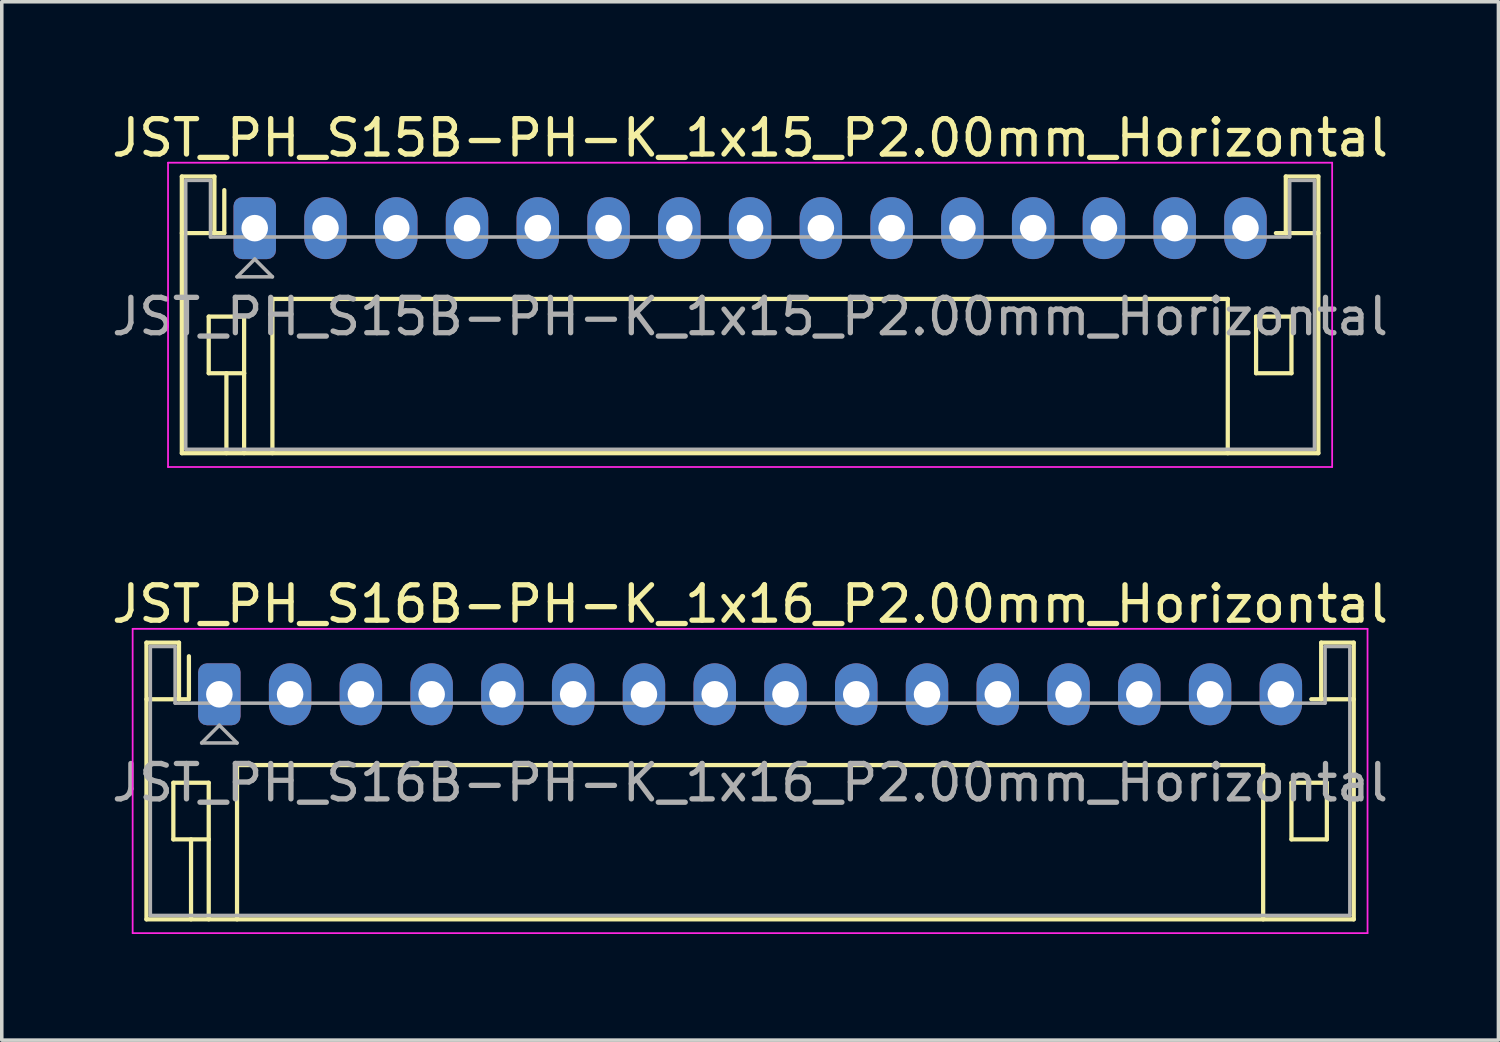
<source format=kicad_pcb>
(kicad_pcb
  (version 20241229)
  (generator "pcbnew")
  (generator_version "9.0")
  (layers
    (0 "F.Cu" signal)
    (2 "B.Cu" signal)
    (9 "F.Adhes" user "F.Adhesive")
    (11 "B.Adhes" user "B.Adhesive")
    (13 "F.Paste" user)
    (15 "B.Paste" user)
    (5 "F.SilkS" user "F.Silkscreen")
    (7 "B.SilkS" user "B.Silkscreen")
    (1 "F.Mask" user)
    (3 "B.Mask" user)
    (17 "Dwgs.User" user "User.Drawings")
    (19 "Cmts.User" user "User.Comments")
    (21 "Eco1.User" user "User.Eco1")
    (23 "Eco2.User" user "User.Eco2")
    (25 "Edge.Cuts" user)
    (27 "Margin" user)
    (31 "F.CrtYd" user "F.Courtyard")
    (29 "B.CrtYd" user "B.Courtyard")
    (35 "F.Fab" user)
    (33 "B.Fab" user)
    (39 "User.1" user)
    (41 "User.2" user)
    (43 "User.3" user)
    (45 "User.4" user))
  (footprint "JST_PH_S16B-PH-K_1x16_P2.00mm_Horizontal"
    (layer "F.Cu")
    (at 3.149 16.572)
    (property "Reference" "JST_PH_S16B-PH-K_1x16_P2.00mm_Horizontal" (at 15 -2.55 0) (layer "F.SilkS") (effects (font (size 1 1) (thickness 0.15))))
    (attr through_hole)
    (fp_line (start -2.06 -1.46) (end -2.06 6.36) (stroke (width 0.12) (type solid)) (layer "F.SilkS"))
    (fp_line (start -2.06 0.14) (end -1.14 0.14) (stroke (width 0.12) (type solid)) (layer "F.SilkS"))
    (fp_line (start -2.06 6.36) (end 32.06 6.36) (stroke (width 0.12) (type solid)) (layer "F.SilkS"))
    (fp_line (start -1.3 2.5) (end -1.3 4.1) (stroke (width 0.12) (type solid)) (layer "F.SilkS"))
    (fp_line (start -1.3 4.1) (end -0.3 4.1) (stroke (width 0.12) (type solid)) (layer "F.SilkS"))
    (fp_line (start -1.14 -1.46) (end -2.06 -1.46) (stroke (width 0.12) (type solid)) (layer "F.SilkS"))
    (fp_line (start -1.14 0.14) (end -1.14 -1.46) (stroke (width 0.12) (type solid)) (layer "F.SilkS"))
    (fp_line (start -0.86 0.14) (end -1.14 0.14) (stroke (width 0.12) (type solid)) (layer "F.SilkS"))
    (fp_line (start -0.86 0.14) (end -0.86 -1.075) (stroke (width 0.12) (type solid)) (layer "F.SilkS"))
    (fp_line (start -0.8 4.1) (end -0.8 6.36) (stroke (width 0.12) (type solid)) (layer "F.SilkS"))
    (fp_line (start -0.3 2.5) (end -1.3 2.5) (stroke (width 0.12) (type solid)) (layer "F.SilkS"))
    (fp_line (start -0.3 4.1) (end -0.3 2.5) (stroke (width 0.12) (type solid)) (layer "F.SilkS"))
    (fp_line (start -0.3 4.1) (end -0.3 6.36) (stroke (width 0.12) (type solid)) (layer "F.SilkS"))
    (fp_line (start 0.5 2) (end 29.5 2) (stroke (width 0.12) (type solid)) (layer "F.SilkS"))
    (fp_line (start 0.5 6.36) (end 0.5 2) (stroke (width 0.12) (type solid)) (layer "F.SilkS"))
    (fp_line (start 29.5 2) (end 29.5 6.36) (stroke (width 0.12) (type solid)) (layer "F.SilkS"))
    (fp_line (start 30.3 2.5) (end 31.3 2.5) (stroke (width 0.12) (type solid)) (layer "F.SilkS"))
    (fp_line (start 30.3 4.1) (end 30.3 2.5) (stroke (width 0.12) (type solid)) (layer "F.SilkS"))
    (fp_line (start 31.14 -1.46) (end 31.14 0.14) (stroke (width 0.12) (type solid)) (layer "F.SilkS"))
    (fp_line (start 31.14 0.14) (end 30.86 0.14) (stroke (width 0.12) (type solid)) (layer "F.SilkS"))
    (fp_line (start 31.3 2.5) (end 31.3 4.1) (stroke (width 0.12) (type solid)) (layer "F.SilkS"))
    (fp_line (start 31.3 4.1) (end 30.3 4.1) (stroke (width 0.12) (type solid)) (layer "F.SilkS"))
    (fp_line (start 32.06 -1.46) (end 31.14 -1.46) (stroke (width 0.12) (type solid)) (layer "F.SilkS"))
    (fp_line (start 32.06 0.14) (end 31.14 0.14) (stroke (width 0.12) (type solid)) (layer "F.SilkS"))
    (fp_line (start 32.06 6.36) (end 32.06 -1.46) (stroke (width 0.12) (type solid)) (layer "F.SilkS"))
    (fp_line (start -2.45 -1.85) (end -2.45 6.75) (stroke (width 0.05) (type solid)) (layer "F.CrtYd"))
    (fp_line (start -2.45 6.75) (end 32.45 6.75) (stroke (width 0.05) (type solid)) (layer "F.CrtYd"))
    (fp_line (start 32.45 -1.85) (end -2.45 -1.85) (stroke (width 0.05) (type solid)) (layer "F.CrtYd"))
    (fp_line (start 32.45 6.75) (end 32.45 -1.85) (stroke (width 0.05) (type solid)) (layer "F.CrtYd"))
    (fp_line (start -1.95 -1.35) (end -1.95 6.25) (stroke (width 0.1) (type solid)) (layer "F.Fab"))
    (fp_line (start -1.95 6.25) (end 31.95 6.25) (stroke (width 0.1) (type solid)) (layer "F.Fab"))
    (fp_line (start -1.25 -1.35) (end -1.95 -1.35) (stroke (width 0.1) (type solid)) (layer "F.Fab"))
    (fp_line (start -1.25 0.25) (end -1.25 -1.35) (stroke (width 0.1) (type solid)) (layer "F.Fab"))
    (fp_line (start -0.5 1.375) (end 0.5 1.375) (stroke (width 0.1) (type solid)) (layer "F.Fab"))
    (fp_line (start 0 0.875) (end -0.5 1.375) (stroke (width 0.1) (type solid)) (layer "F.Fab"))
    (fp_line (start 0.5 1.375) (end 0 0.875) (stroke (width 0.1) (type solid)) (layer "F.Fab"))
    (fp_line (start 31.25 -1.35) (end 31.25 0.25) (stroke (width 0.1) (type solid)) (layer "F.Fab"))
    (fp_line (start 31.25 0.25) (end -1.25 0.25) (stroke (width 0.1) (type solid)) (layer "F.Fab"))
    (fp_line (start 31.95 -1.35) (end 31.25 -1.35) (stroke (width 0.1) (type solid)) (layer "F.Fab"))
    (fp_line (start 31.95 6.25) (end 31.95 -1.35) (stroke (width 0.1) (type solid)) (layer "F.Fab"))
    (fp_text user "${REFERENCE}" (at 15 2.5 0) (layer "F.Fab") (effects (font (size 1 1) (thickness 0.15))))
    (pad "1" thru_hole roundrect (at 0 0) (size 1.2 1.75) (drill 0.75) (layers "*.Cu" "*.Mask") (roundrect_rratio 0.208))
    (pad "2" thru_hole oval (at 2 0) (size 1.2 1.75) (drill 0.75) (layers "*.Cu" "*.Mask"))
    (pad "3" thru_hole oval (at 4 0) (size 1.2 1.75) (drill 0.75) (layers "*.Cu" "*.Mask"))
    (pad "4" thru_hole oval (at 6 0) (size 1.2 1.75) (drill 0.75) (layers "*.Cu" "*.Mask"))
    (pad "5" thru_hole oval (at 8 0) (size 1.2 1.75) (drill 0.75) (layers "*.Cu" "*.Mask"))
    (pad "6" thru_hole oval (at 10 0) (size 1.2 1.75) (drill 0.75) (layers "*.Cu" "*.Mask"))
    (pad "7" thru_hole oval (at 12 0) (size 1.2 1.75) (drill 0.75) (layers "*.Cu" "*.Mask"))
    (pad "8" thru_hole oval (at 14 0) (size 1.2 1.75) (drill 0.75) (layers "*.Cu" "*.Mask"))
    (pad "9" thru_hole oval (at 16 0) (size 1.2 1.75) (drill 0.75) (layers "*.Cu" "*.Mask"))
    (pad "10" thru_hole oval (at 18 0) (size 1.2 1.75) (drill 0.75) (layers "*.Cu" "*.Mask"))
    (pad "11" thru_hole oval (at 20 0) (size 1.2 1.75) (drill 0.75) (layers "*.Cu" "*.Mask"))
    (pad "12" thru_hole oval (at 22 0) (size 1.2 1.75) (drill 0.75) (layers "*.Cu" "*.Mask"))
    (pad "13" thru_hole oval (at 24 0) (size 1.2 1.75) (drill 0.75) (layers "*.Cu" "*.Mask"))
    (pad "14" thru_hole oval (at 26 0) (size 1.2 1.75) (drill 0.75) (layers "*.Cu" "*.Mask"))
    (pad "15" thru_hole oval (at 28 0) (size 1.2 1.75) (drill 0.75) (layers "*.Cu" "*.Mask"))
    (pad "16" thru_hole oval (at 30 0) (size 1.2 1.75) (drill 0.75) (layers "*.Cu" "*.Mask")))
  (footprint "JST_PH_S15B-PH-K_1x15_P2.00mm_Horizontal"
    (layer "F.Cu")
    (at 4.149 3.398)
    (property "Reference" "JST_PH_S15B-PH-K_1x15_P2.00mm_Horizontal" (at 14 -2.55 0) (layer "F.SilkS") (effects (font (size 1 1) (thickness 0.15))))
    (attr through_hole)
    (fp_line (start -2.06 -1.46) (end -2.06 6.36) (stroke (width 0.12) (type solid)) (layer "F.SilkS"))
    (fp_line (start -2.06 0.14) (end -1.14 0.14) (stroke (width 0.12) (type solid)) (layer "F.SilkS"))
    (fp_line (start -2.06 6.36) (end 30.06 6.36) (stroke (width 0.12) (type solid)) (layer "F.SilkS"))
    (fp_line (start -1.3 2.5) (end -1.3 4.1) (stroke (width 0.12) (type solid)) (layer "F.SilkS"))
    (fp_line (start -1.3 4.1) (end -0.3 4.1) (stroke (width 0.12) (type solid)) (layer "F.SilkS"))
    (fp_line (start -1.14 -1.46) (end -2.06 -1.46) (stroke (width 0.12) (type solid)) (layer "F.SilkS"))
    (fp_line (start -1.14 0.14) (end -1.14 -1.46) (stroke (width 0.12) (type solid)) (layer "F.SilkS"))
    (fp_line (start -0.86 0.14) (end -1.14 0.14) (stroke (width 0.12) (type solid)) (layer "F.SilkS"))
    (fp_line (start -0.86 0.14) (end -0.86 -1.075) (stroke (width 0.12) (type solid)) (layer "F.SilkS"))
    (fp_line (start -0.8 4.1) (end -0.8 6.36) (stroke (width 0.12) (type solid)) (layer "F.SilkS"))
    (fp_line (start -0.3 2.5) (end -1.3 2.5) (stroke (width 0.12) (type solid)) (layer "F.SilkS"))
    (fp_line (start -0.3 4.1) (end -0.3 2.5) (stroke (width 0.12) (type solid)) (layer "F.SilkS"))
    (fp_line (start -0.3 4.1) (end -0.3 6.36) (stroke (width 0.12) (type solid)) (layer "F.SilkS"))
    (fp_line (start 0.5 2) (end 27.5 2) (stroke (width 0.12) (type solid)) (layer "F.SilkS"))
    (fp_line (start 0.5 6.36) (end 0.5 2) (stroke (width 0.12) (type solid)) (layer "F.SilkS"))
    (fp_line (start 27.5 2) (end 27.5 6.36) (stroke (width 0.12) (type solid)) (layer "F.SilkS"))
    (fp_line (start 28.3 2.5) (end 29.3 2.5) (stroke (width 0.12) (type solid)) (layer "F.SilkS"))
    (fp_line (start 28.3 4.1) (end 28.3 2.5) (stroke (width 0.12) (type solid)) (layer "F.SilkS"))
    (fp_line (start 29.14 -1.46) (end 29.14 0.14) (stroke (width 0.12) (type solid)) (layer "F.SilkS"))
    (fp_line (start 29.14 0.14) (end 28.86 0.14) (stroke (width 0.12) (type solid)) (layer "F.SilkS"))
    (fp_line (start 29.3 2.5) (end 29.3 4.1) (stroke (width 0.12) (type solid)) (layer "F.SilkS"))
    (fp_line (start 29.3 4.1) (end 28.3 4.1) (stroke (width 0.12) (type solid)) (layer "F.SilkS"))
    (fp_line (start 30.06 -1.46) (end 29.14 -1.46) (stroke (width 0.12) (type solid)) (layer "F.SilkS"))
    (fp_line (start 30.06 0.14) (end 29.14 0.14) (stroke (width 0.12) (type solid)) (layer "F.SilkS"))
    (fp_line (start 30.06 6.36) (end 30.06 -1.46) (stroke (width 0.12) (type solid)) (layer "F.SilkS"))
    (fp_line (start -2.45 -1.85) (end -2.45 6.75) (stroke (width 0.05) (type solid)) (layer "F.CrtYd"))
    (fp_line (start -2.45 6.75) (end 30.45 6.75) (stroke (width 0.05) (type solid)) (layer "F.CrtYd"))
    (fp_line (start 30.45 -1.85) (end -2.45 -1.85) (stroke (width 0.05) (type solid)) (layer "F.CrtYd"))
    (fp_line (start 30.45 6.75) (end 30.45 -1.85) (stroke (width 0.05) (type solid)) (layer "F.CrtYd"))
    (fp_line (start -1.95 -1.35) (end -1.95 6.25) (stroke (width 0.1) (type solid)) (layer "F.Fab"))
    (fp_line (start -1.95 6.25) (end 29.95 6.25) (stroke (width 0.1) (type solid)) (layer "F.Fab"))
    (fp_line (start -1.25 -1.35) (end -1.95 -1.35) (stroke (width 0.1) (type solid)) (layer "F.Fab"))
    (fp_line (start -1.25 0.25) (end -1.25 -1.35) (stroke (width 0.1) (type solid)) (layer "F.Fab"))
    (fp_line (start -0.5 1.375) (end 0.5 1.375) (stroke (width 0.1) (type solid)) (layer "F.Fab"))
    (fp_line (start 0 0.875) (end -0.5 1.375) (stroke (width 0.1) (type solid)) (layer "F.Fab"))
    (fp_line (start 0.5 1.375) (end 0 0.875) (stroke (width 0.1) (type solid)) (layer "F.Fab"))
    (fp_line (start 29.25 -1.35) (end 29.25 0.25) (stroke (width 0.1) (type solid)) (layer "F.Fab"))
    (fp_line (start 29.25 0.25) (end -1.25 0.25) (stroke (width 0.1) (type solid)) (layer "F.Fab"))
    (fp_line (start 29.95 -1.35) (end 29.25 -1.35) (stroke (width 0.1) (type solid)) (layer "F.Fab"))
    (fp_line (start 29.95 6.25) (end 29.95 -1.35) (stroke (width 0.1) (type solid)) (layer "F.Fab"))
    (fp_text user "${REFERENCE}" (at 14 2.5 0) (layer "F.Fab") (effects (font (size 1 1) (thickness 0.15))))
    (pad "1" thru_hole roundrect (at 0 0) (size 1.2 1.75) (drill 0.75) (layers "*.Cu" "*.Mask") (roundrect_rratio 0.208))
    (pad "2" thru_hole oval (at 2 0) (size 1.2 1.75) (drill 0.75) (layers "*.Cu" "*.Mask"))
    (pad "3" thru_hole oval (at 4 0) (size 1.2 1.75) (drill 0.75) (layers "*.Cu" "*.Mask"))
    (pad "4" thru_hole oval (at 6 0) (size 1.2 1.75) (drill 0.75) (layers "*.Cu" "*.Mask"))
    (pad "5" thru_hole oval (at 8 0) (size 1.2 1.75) (drill 0.75) (layers "*.Cu" "*.Mask"))
    (pad "6" thru_hole oval (at 10 0) (size 1.2 1.75) (drill 0.75) (layers "*.Cu" "*.Mask"))
    (pad "7" thru_hole oval (at 12 0) (size 1.2 1.75) (drill 0.75) (layers "*.Cu" "*.Mask"))
    (pad "8" thru_hole oval (at 14 0) (size 1.2 1.75) (drill 0.75) (layers "*.Cu" "*.Mask"))
    (pad "9" thru_hole oval (at 16 0) (size 1.2 1.75) (drill 0.75) (layers "*.Cu" "*.Mask"))
    (pad "10" thru_hole oval (at 18 0) (size 1.2 1.75) (drill 0.75) (layers "*.Cu" "*.Mask"))
    (pad "11" thru_hole oval (at 20 0) (size 1.2 1.75) (drill 0.75) (layers "*.Cu" "*.Mask"))
    (pad "12" thru_hole oval (at 22 0) (size 1.2 1.75) (drill 0.75) (layers "*.Cu" "*.Mask"))
    (pad "13" thru_hole oval (at 24 0) (size 1.2 1.75) (drill 0.75) (layers "*.Cu" "*.Mask"))
    (pad "14" thru_hole oval (at 26 0) (size 1.2 1.75) (drill 0.75) (layers "*.Cu" "*.Mask"))
    (pad "15" thru_hole oval (at 28 0) (size 1.2 1.75) (drill 0.75) (layers "*.Cu" "*.Mask")))
  (gr_rect
    (start -3 -3)
    (end 39.298 26.346)
    (stroke (width 0.1) (type default))
    (fill no)
    (layer "Edge.Cuts")))
</source>
